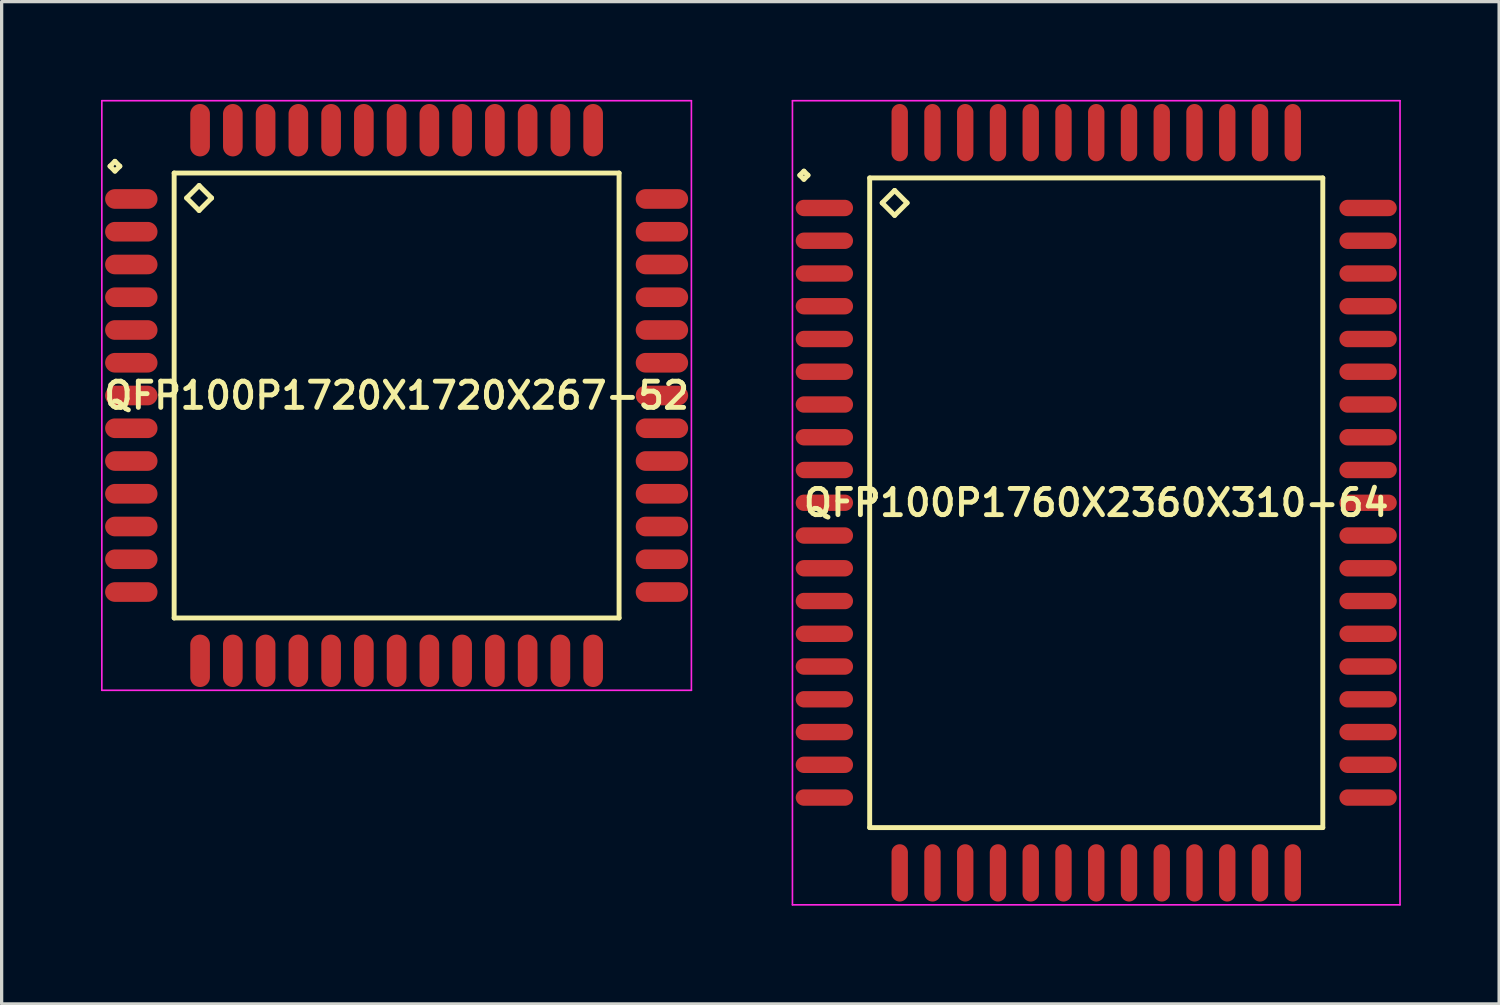
<source format=kicad_pcb>
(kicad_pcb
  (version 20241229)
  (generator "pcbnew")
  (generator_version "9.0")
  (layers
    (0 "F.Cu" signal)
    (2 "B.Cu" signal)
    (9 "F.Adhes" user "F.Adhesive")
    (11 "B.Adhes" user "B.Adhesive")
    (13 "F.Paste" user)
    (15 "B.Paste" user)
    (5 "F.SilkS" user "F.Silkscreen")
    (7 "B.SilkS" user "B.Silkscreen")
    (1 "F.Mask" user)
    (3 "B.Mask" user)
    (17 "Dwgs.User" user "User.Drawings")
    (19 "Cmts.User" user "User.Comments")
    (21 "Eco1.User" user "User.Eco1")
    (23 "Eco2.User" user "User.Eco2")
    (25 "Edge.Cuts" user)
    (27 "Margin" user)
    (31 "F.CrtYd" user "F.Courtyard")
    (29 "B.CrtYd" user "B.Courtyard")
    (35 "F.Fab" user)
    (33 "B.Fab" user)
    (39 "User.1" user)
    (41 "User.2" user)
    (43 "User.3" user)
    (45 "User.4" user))
  (footprint "QFP100P1720X1720X267-52"
    (layer "F.Cu")
    (at 9.059 9.025)
    (property "Reference" "QFP100P1720X1720X267-52" (at 0 0 0) (layer "F.SilkS") (effects (font (size 0.8 0.8) (thickness 0.15))))
    (attr smd)
    (fp_line (start -8.75 -7) (end -8.6 -7.15) (stroke (width 0.15) (type solid)) (layer "F.SilkS"))
    (fp_line (start -8.6 -7.15) (end -8.45 -7) (stroke (width 0.15) (type solid)) (layer "F.SilkS"))
    (fp_line (start -8.6 -6.85) (end -8.75 -7) (stroke (width 0.15) (type solid)) (layer "F.SilkS"))
    (fp_line (start -8.45 -7) (end -8.6 -6.85) (stroke (width 0.15) (type solid)) (layer "F.SilkS"))
    (fp_line (start -6.792 -6.792) (end -6.792 6.792) (stroke (width 0.15) (type solid)) (layer "F.SilkS"))
    (fp_line (start -6.792 6.792) (end 6.792 6.792) (stroke (width 0.15) (type solid)) (layer "F.SilkS"))
    (fp_line (start -6.411 -6.03) (end -6.03 -6.411) (stroke (width 0.15) (type solid)) (layer "F.SilkS"))
    (fp_line (start -6.03 -6.411) (end -5.649 -6.03) (stroke (width 0.15) (type solid)) (layer "F.SilkS"))
    (fp_line (start -6.03 -5.649) (end -6.411 -6.03) (stroke (width 0.15) (type solid)) (layer "F.SilkS"))
    (fp_line (start -5.649 -6.03) (end -6.03 -5.649) (stroke (width 0.15) (type solid)) (layer "F.SilkS"))
    (fp_line (start 6.792 -6.792) (end -6.792 -6.792) (stroke (width 0.15) (type solid)) (layer "F.SilkS"))
    (fp_line (start 6.792 6.792) (end 6.792 -6.792) (stroke (width 0.15) (type solid)) (layer "F.SilkS"))
    (fp_line (start -9 -9) (end 9 -9) (stroke (width 0.05) (type solid)) (layer "F.CrtYd"))
    (fp_line (start -9 9) (end -9 -9) (stroke (width 0.05) (type solid)) (layer "F.CrtYd"))
    (fp_line (start 9 -9) (end 9 9) (stroke (width 0.05) (type solid)) (layer "F.CrtYd"))
    (fp_line (start 9 9) (end -9 9) (stroke (width 0.05) (type solid)) (layer "F.CrtYd"))
    (pad "1" smd oval (at -8.1 -6) (size 1.6 0.6) (layers "F.Cu" "F.Mask" "F.Paste"))
    (pad "2" smd oval (at -8.1 -5) (size 1.6 0.6) (layers "F.Cu" "F.Mask" "F.Paste"))
    (pad "3" smd oval (at -8.1 -4) (size 1.6 0.6) (layers "F.Cu" "F.Mask" "F.Paste"))
    (pad "4" smd oval (at -8.1 -3) (size 1.6 0.6) (layers "F.Cu" "F.Mask" "F.Paste"))
    (pad "5" smd oval (at -8.1 -2) (size 1.6 0.6) (layers "F.Cu" "F.Mask" "F.Paste"))
    (pad "6" smd oval (at -8.1 -1) (size 1.6 0.6) (layers "F.Cu" "F.Mask" "F.Paste"))
    (pad "7" smd oval (at -8.1 0) (size 1.6 0.6) (layers "F.Cu" "F.Mask" "F.Paste"))
    (pad "8" smd oval (at -8.1 1) (size 1.6 0.6) (layers "F.Cu" "F.Mask" "F.Paste"))
    (pad "9" smd oval (at -8.1 2) (size 1.6 0.6) (layers "F.Cu" "F.Mask" "F.Paste"))
    (pad "10" smd oval (at -8.1 3) (size 1.6 0.6) (layers "F.Cu" "F.Mask" "F.Paste"))
    (pad "11" smd oval (at -8.1 4) (size 1.6 0.6) (layers "F.Cu" "F.Mask" "F.Paste"))
    (pad "12" smd oval (at -8.1 5) (size 1.6 0.6) (layers "F.Cu" "F.Mask" "F.Paste"))
    (pad "13" smd oval (at -8.1 6) (size 1.6 0.6) (layers "F.Cu" "F.Mask" "F.Paste"))
    (pad "14" smd oval (at -6 8.1) (size 0.6 1.6) (layers "F.Cu" "F.Mask" "F.Paste"))
    (pad "15" smd oval (at -5 8.1) (size 0.6 1.6) (layers "F.Cu" "F.Mask" "F.Paste"))
    (pad "16" smd oval (at -4 8.1) (size 0.6 1.6) (layers "F.Cu" "F.Mask" "F.Paste"))
    (pad "17" smd oval (at -3 8.1) (size 0.6 1.6) (layers "F.Cu" "F.Mask" "F.Paste"))
    (pad "18" smd oval (at -2 8.1) (size 0.6 1.6) (layers "F.Cu" "F.Mask" "F.Paste"))
    (pad "19" smd oval (at -1 8.1) (size 0.6 1.6) (layers "F.Cu" "F.Mask" "F.Paste"))
    (pad "20" smd oval (at 0 8.1) (size 0.6 1.6) (layers "F.Cu" "F.Mask" "F.Paste"))
    (pad "21" smd oval (at 1 8.1) (size 0.6 1.6) (layers "F.Cu" "F.Mask" "F.Paste"))
    (pad "22" smd oval (at 2 8.1) (size 0.6 1.6) (layers "F.Cu" "F.Mask" "F.Paste"))
    (pad "23" smd oval (at 3 8.1) (size 0.6 1.6) (layers "F.Cu" "F.Mask" "F.Paste"))
    (pad "24" smd oval (at 4 8.1) (size 0.6 1.6) (layers "F.Cu" "F.Mask" "F.Paste"))
    (pad "25" smd oval (at 5 8.1) (size 0.6 1.6) (layers "F.Cu" "F.Mask" "F.Paste"))
    (pad "26" smd oval (at 6 8.1) (size 0.6 1.6) (layers "F.Cu" "F.Mask" "F.Paste"))
    (pad "27" smd oval (at 8.1 6) (size 1.6 0.6) (layers "F.Cu" "F.Mask" "F.Paste"))
    (pad "28" smd oval (at 8.1 5) (size 1.6 0.6) (layers "F.Cu" "F.Mask" "F.Paste"))
    (pad "29" smd oval (at 8.1 4) (size 1.6 0.6) (layers "F.Cu" "F.Mask" "F.Paste"))
    (pad "30" smd oval (at 8.1 3) (size 1.6 0.6) (layers "F.Cu" "F.Mask" "F.Paste"))
    (pad "31" smd oval (at 8.1 2) (size 1.6 0.6) (layers "F.Cu" "F.Mask" "F.Paste"))
    (pad "32" smd oval (at 8.1 1) (size 1.6 0.6) (layers "F.Cu" "F.Mask" "F.Paste"))
    (pad "33" smd oval (at 8.1 0) (size 1.6 0.6) (layers "F.Cu" "F.Mask" "F.Paste"))
    (pad "34" smd oval (at 8.1 -1) (size 1.6 0.6) (layers "F.Cu" "F.Mask" "F.Paste"))
    (pad "35" smd oval (at 8.1 -2) (size 1.6 0.6) (layers "F.Cu" "F.Mask" "F.Paste"))
    (pad "36" smd oval (at 8.1 -3) (size 1.6 0.6) (layers "F.Cu" "F.Mask" "F.Paste"))
    (pad "37" smd oval (at 8.1 -4) (size 1.6 0.6) (layers "F.Cu" "F.Mask" "F.Paste"))
    (pad "38" smd oval (at 8.1 -5) (size 1.6 0.6) (layers "F.Cu" "F.Mask" "F.Paste"))
    (pad "39" smd oval (at 8.1 -6) (size 1.6 0.6) (layers "F.Cu" "F.Mask" "F.Paste"))
    (pad "40" smd oval (at 6 -8.1) (size 0.6 1.6) (layers "F.Cu" "F.Mask" "F.Paste"))
    (pad "41" smd oval (at 5 -8.1) (size 0.6 1.6) (layers "F.Cu" "F.Mask" "F.Paste"))
    (pad "42" smd oval (at 4 -8.1) (size 0.6 1.6) (layers "F.Cu" "F.Mask" "F.Paste"))
    (pad "43" smd oval (at 3 -8.1) (size 0.6 1.6) (layers "F.Cu" "F.Mask" "F.Paste"))
    (pad "44" smd oval (at 2 -8.1) (size 0.6 1.6) (layers "F.Cu" "F.Mask" "F.Paste"))
    (pad "45" smd oval (at 1 -8.1) (size 0.6 1.6) (layers "F.Cu" "F.Mask" "F.Paste"))
    (pad "46" smd oval (at 0 -8.1) (size 0.6 1.6) (layers "F.Cu" "F.Mask" "F.Paste"))
    (pad "47" smd oval (at -1 -8.1) (size 0.6 1.6) (layers "F.Cu" "F.Mask" "F.Paste"))
    (pad "48" smd oval (at -2 -8.1) (size 0.6 1.6) (layers "F.Cu" "F.Mask" "F.Paste"))
    (pad "49" smd oval (at -3 -8.1) (size 0.6 1.6) (layers "F.Cu" "F.Mask" "F.Paste"))
    (pad "50" smd oval (at -4 -8.1) (size 0.6 1.6) (layers "F.Cu" "F.Mask" "F.Paste"))
    (pad "51" smd oval (at -5 -8.1) (size 0.6 1.6) (layers "F.Cu" "F.Mask" "F.Paste"))
    (pad "52" smd oval (at -6 -8.1) (size 0.6 1.6) (layers "F.Cu" "F.Mask" "F.Paste")))
  (footprint "QFP100P1760X2360X310-64"
    (layer "F.Cu")
    (at 30.419 12.3)
    (property "Reference" "QFP100P1760X2360X310-64" (at 0 0 0) (layer "F.SilkS") (effects (font (size 0.8 0.8) (thickness 0.15))))
    (attr smd)
    (fp_line (start -9.05 -10) (end -8.925 -10.125) (stroke (width 0.15) (type solid)) (layer "F.SilkS"))
    (fp_line (start -8.925 -10.125) (end -8.8 -10) (stroke (width 0.15) (type solid)) (layer "F.SilkS"))
    (fp_line (start -8.925 -9.875) (end -9.05 -10) (stroke (width 0.15) (type solid)) (layer "F.SilkS"))
    (fp_line (start -8.8 -10) (end -8.925 -9.875) (stroke (width 0.15) (type solid)) (layer "F.SilkS"))
    (fp_line (start -6.917 -9.917) (end -6.917 9.917) (stroke (width 0.15) (type solid)) (layer "F.SilkS"))
    (fp_line (start -6.917 9.917) (end 6.917 9.917) (stroke (width 0.15) (type solid)) (layer "F.SilkS"))
    (fp_line (start -6.536 -9.155) (end -6.155 -9.536) (stroke (width 0.15) (type solid)) (layer "F.SilkS"))
    (fp_line (start -6.155 -9.536) (end -5.774 -9.155) (stroke (width 0.15) (type solid)) (layer "F.SilkS"))
    (fp_line (start -6.155 -8.774) (end -6.536 -9.155) (stroke (width 0.15) (type solid)) (layer "F.SilkS"))
    (fp_line (start -5.774 -9.155) (end -6.155 -8.774) (stroke (width 0.15) (type solid)) (layer "F.SilkS"))
    (fp_line (start 6.917 -9.917) (end -6.917 -9.917) (stroke (width 0.15) (type solid)) (layer "F.SilkS"))
    (fp_line (start 6.917 9.917) (end 6.917 -9.917) (stroke (width 0.15) (type solid)) (layer "F.SilkS"))
    (fp_line (start -9.275 -12.275) (end 9.275 -12.275) (stroke (width 0.05) (type solid)) (layer "F.CrtYd"))
    (fp_line (start -9.275 12.275) (end -9.275 -12.275) (stroke (width 0.05) (type solid)) (layer "F.CrtYd"))
    (fp_line (start 9.275 -12.275) (end 9.275 12.275) (stroke (width 0.05) (type solid)) (layer "F.CrtYd"))
    (fp_line (start 9.275 12.275) (end -9.275 12.275) (stroke (width 0.05) (type solid)) (layer "F.CrtYd"))
    (pad "1" smd oval (at -8.3 -9) (size 1.75 0.5) (layers "F.Cu" "F.Mask" "F.Paste"))
    (pad "2" smd oval (at -8.3 -8) (size 1.75 0.5) (layers "F.Cu" "F.Mask" "F.Paste"))
    (pad "3" smd oval (at -8.3 -7) (size 1.75 0.5) (layers "F.Cu" "F.Mask" "F.Paste"))
    (pad "4" smd oval (at -8.3 -6) (size 1.75 0.5) (layers "F.Cu" "F.Mask" "F.Paste"))
    (pad "5" smd oval (at -8.3 -5) (size 1.75 0.5) (layers "F.Cu" "F.Mask" "F.Paste"))
    (pad "6" smd oval (at -8.3 -4) (size 1.75 0.5) (layers "F.Cu" "F.Mask" "F.Paste"))
    (pad "7" smd oval (at -8.3 -3) (size 1.75 0.5) (layers "F.Cu" "F.Mask" "F.Paste"))
    (pad "8" smd oval (at -8.3 -2) (size 1.75 0.5) (layers "F.Cu" "F.Mask" "F.Paste"))
    (pad "9" smd oval (at -8.3 -1) (size 1.75 0.5) (layers "F.Cu" "F.Mask" "F.Paste"))
    (pad "10" smd oval (at -8.3 0) (size 1.75 0.5) (layers "F.Cu" "F.Mask" "F.Paste"))
    (pad "11" smd oval (at -8.3 1) (size 1.75 0.5) (layers "F.Cu" "F.Mask" "F.Paste"))
    (pad "12" smd oval (at -8.3 2) (size 1.75 0.5) (layers "F.Cu" "F.Mask" "F.Paste"))
    (pad "13" smd oval (at -8.3 3) (size 1.75 0.5) (layers "F.Cu" "F.Mask" "F.Paste"))
    (pad "14" smd oval (at -8.3 4) (size 1.75 0.5) (layers "F.Cu" "F.Mask" "F.Paste"))
    (pad "15" smd oval (at -8.3 5) (size 1.75 0.5) (layers "F.Cu" "F.Mask" "F.Paste"))
    (pad "16" smd oval (at -8.3 6) (size 1.75 0.5) (layers "F.Cu" "F.Mask" "F.Paste"))
    (pad "17" smd oval (at -8.3 7) (size 1.75 0.5) (layers "F.Cu" "F.Mask" "F.Paste"))
    (pad "18" smd oval (at -8.3 8) (size 1.75 0.5) (layers "F.Cu" "F.Mask" "F.Paste"))
    (pad "19" smd oval (at -8.3 9) (size 1.75 0.5) (layers "F.Cu" "F.Mask" "F.Paste"))
    (pad "20" smd oval (at -6 11.3) (size 0.5 1.75) (layers "F.Cu" "F.Mask" "F.Paste"))
    (pad "21" smd oval (at -5 11.3) (size 0.5 1.75) (layers "F.Cu" "F.Mask" "F.Paste"))
    (pad "22" smd oval (at -4 11.3) (size 0.5 1.75) (layers "F.Cu" "F.Mask" "F.Paste"))
    (pad "23" smd oval (at -3 11.3) (size 0.5 1.75) (layers "F.Cu" "F.Mask" "F.Paste"))
    (pad "24" smd oval (at -2 11.3) (size 0.5 1.75) (layers "F.Cu" "F.Mask" "F.Paste"))
    (pad "25" smd oval (at -1 11.3) (size 0.5 1.75) (layers "F.Cu" "F.Mask" "F.Paste"))
    (pad "26" smd oval (at 0 11.3) (size 0.5 1.75) (layers "F.Cu" "F.Mask" "F.Paste"))
    (pad "27" smd oval (at 1 11.3) (size 0.5 1.75) (layers "F.Cu" "F.Mask" "F.Paste"))
    (pad "28" smd oval (at 2 11.3) (size 0.5 1.75) (layers "F.Cu" "F.Mask" "F.Paste"))
    (pad "29" smd oval (at 3 11.3) (size 0.5 1.75) (layers "F.Cu" "F.Mask" "F.Paste"))
    (pad "30" smd oval (at 4 11.3) (size 0.5 1.75) (layers "F.Cu" "F.Mask" "F.Paste"))
    (pad "31" smd oval (at 5 11.3) (size 0.5 1.75) (layers "F.Cu" "F.Mask" "F.Paste"))
    (pad "32" smd oval (at 6 11.3) (size 0.5 1.75) (layers "F.Cu" "F.Mask" "F.Paste"))
    (pad "33" smd oval (at 8.3 9) (size 1.75 0.5) (layers "F.Cu" "F.Mask" "F.Paste"))
    (pad "34" smd oval (at 8.3 8) (size 1.75 0.5) (layers "F.Cu" "F.Mask" "F.Paste"))
    (pad "35" smd oval (at 8.3 7) (size 1.75 0.5) (layers "F.Cu" "F.Mask" "F.Paste"))
    (pad "36" smd oval (at 8.3 6) (size 1.75 0.5) (layers "F.Cu" "F.Mask" "F.Paste"))
    (pad "37" smd oval (at 8.3 5) (size 1.75 0.5) (layers "F.Cu" "F.Mask" "F.Paste"))
    (pad "38" smd oval (at 8.3 4) (size 1.75 0.5) (layers "F.Cu" "F.Mask" "F.Paste"))
    (pad "39" smd oval (at 8.3 3) (size 1.75 0.5) (layers "F.Cu" "F.Mask" "F.Paste"))
    (pad "40" smd oval (at 8.3 2) (size 1.75 0.5) (layers "F.Cu" "F.Mask" "F.Paste"))
    (pad "41" smd oval (at 8.3 1) (size 1.75 0.5) (layers "F.Cu" "F.Mask" "F.Paste"))
    (pad "42" smd oval (at 8.3 0) (size 1.75 0.5) (layers "F.Cu" "F.Mask" "F.Paste"))
    (pad "43" smd oval (at 8.3 -1) (size 1.75 0.5) (layers "F.Cu" "F.Mask" "F.Paste"))
    (pad "44" smd oval (at 8.3 -2) (size 1.75 0.5) (layers "F.Cu" "F.Mask" "F.Paste"))
    (pad "45" smd oval (at 8.3 -3) (size 1.75 0.5) (layers "F.Cu" "F.Mask" "F.Paste"))
    (pad "46" smd oval (at 8.3 -4) (size 1.75 0.5) (layers "F.Cu" "F.Mask" "F.Paste"))
    (pad "47" smd oval (at 8.3 -5) (size 1.75 0.5) (layers "F.Cu" "F.Mask" "F.Paste"))
    (pad "48" smd oval (at 8.3 -6) (size 1.75 0.5) (layers "F.Cu" "F.Mask" "F.Paste"))
    (pad "49" smd oval (at 8.3 -7) (size 1.75 0.5) (layers "F.Cu" "F.Mask" "F.Paste"))
    (pad "50" smd oval (at 8.3 -8) (size 1.75 0.5) (layers "F.Cu" "F.Mask" "F.Paste"))
    (pad "51" smd oval (at 8.3 -9) (size 1.75 0.5) (layers "F.Cu" "F.Mask" "F.Paste"))
    (pad "52" smd oval (at 6 -11.3) (size 0.5 1.75) (layers "F.Cu" "F.Mask" "F.Paste"))
    (pad "53" smd oval (at 5 -11.3) (size 0.5 1.75) (layers "F.Cu" "F.Mask" "F.Paste"))
    (pad "54" smd oval (at 4 -11.3) (size 0.5 1.75) (layers "F.Cu" "F.Mask" "F.Paste"))
    (pad "55" smd oval (at 3 -11.3) (size 0.5 1.75) (layers "F.Cu" "F.Mask" "F.Paste"))
    (pad "56" smd oval (at 2 -11.3) (size 0.5 1.75) (layers "F.Cu" "F.Mask" "F.Paste"))
    (pad "57" smd oval (at 1 -11.3) (size 0.5 1.75) (layers "F.Cu" "F.Mask" "F.Paste"))
    (pad "58" smd oval (at 0 -11.3) (size 0.5 1.75) (layers "F.Cu" "F.Mask" "F.Paste"))
    (pad "59" smd oval (at -1 -11.3) (size 0.5 1.75) (layers "F.Cu" "F.Mask" "F.Paste"))
    (pad "60" smd oval (at -2 -11.3) (size 0.5 1.75) (layers "F.Cu" "F.Mask" "F.Paste"))
    (pad "61" smd oval (at -3 -11.3) (size 0.5 1.75) (layers "F.Cu" "F.Mask" "F.Paste"))
    (pad "62" smd oval (at -4 -11.3) (size 0.5 1.75) (layers "F.Cu" "F.Mask" "F.Paste"))
    (pad "63" smd oval (at -5 -11.3) (size 0.5 1.75) (layers "F.Cu" "F.Mask" "F.Paste"))
    (pad "64" smd oval (at -6 -11.3) (size 0.5 1.75) (layers "F.Cu" "F.Mask" "F.Paste")))
  (gr_rect
    (start -3 -3)
    (end 42.719 27.6)
    (stroke (width 0.1) (type default))
    (fill no)
    (layer "Edge.Cuts")))
</source>
